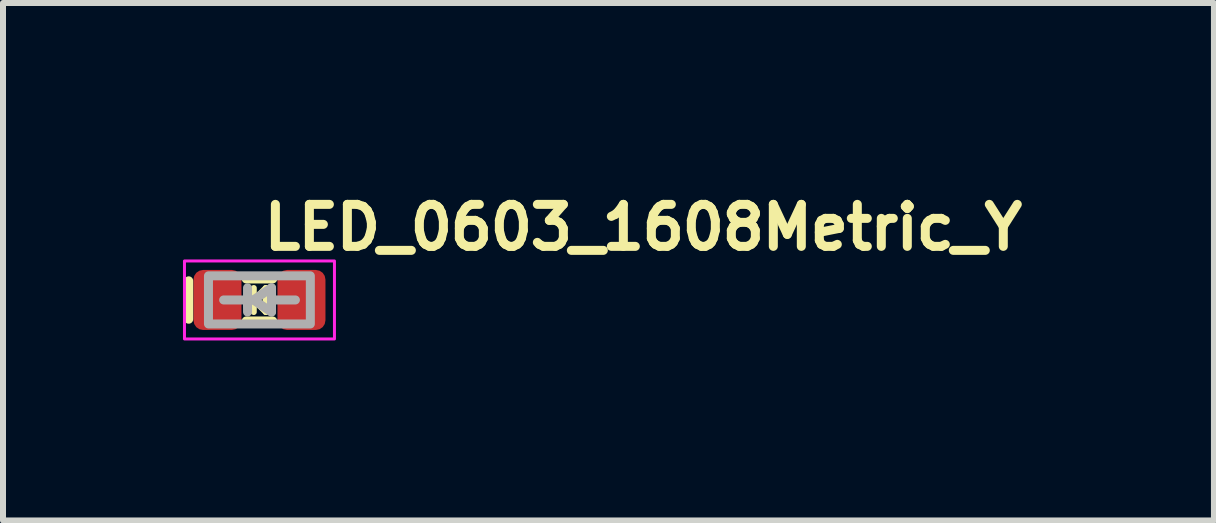
<source format=kicad_pcb>
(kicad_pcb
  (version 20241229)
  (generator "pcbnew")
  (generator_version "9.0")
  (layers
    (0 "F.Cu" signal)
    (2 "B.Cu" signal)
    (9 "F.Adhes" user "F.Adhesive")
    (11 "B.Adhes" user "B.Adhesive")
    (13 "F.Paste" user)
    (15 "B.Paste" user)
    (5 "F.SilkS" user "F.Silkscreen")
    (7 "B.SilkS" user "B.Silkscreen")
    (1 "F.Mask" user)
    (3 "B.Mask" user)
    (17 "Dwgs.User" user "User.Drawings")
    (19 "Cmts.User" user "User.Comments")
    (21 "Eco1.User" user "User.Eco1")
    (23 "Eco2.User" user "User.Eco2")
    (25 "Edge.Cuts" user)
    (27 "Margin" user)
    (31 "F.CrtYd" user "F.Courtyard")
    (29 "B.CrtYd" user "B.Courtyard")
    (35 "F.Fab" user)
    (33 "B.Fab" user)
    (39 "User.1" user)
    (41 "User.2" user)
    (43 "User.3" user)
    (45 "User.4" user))
  (footprint "LED_0603_1608Metric_Y"
    (layer "F.Cu")
    (at 1.275 1.95)
    (property "Reference" "LED_0603_1608Metric_Y" (at 0 -0.8 0) (layer "F.SilkS") (effects (font (size 0.7 0.7) (thickness 0.15)) (justify left bottom)))
    (attr smd)
    (fp_line (start -1.18 -0.319) (end -1.18 0.321) (stroke (width 0.15) (type solid)) (layer "F.SilkS"))
    (fp_line (start -0.095 0.001) (end -0.24 0.001) (stroke (width 0.1) (type solid)) (layer "F.SilkS"))
    (fp_line (start -0.095 0.001) (end 0.105 -0.199) (stroke (width 0.1) (type solid)) (layer "F.SilkS"))
    (fp_line (start -0.095 0.201) (end -0.095 -0.199) (stroke (width 0.1) (type solid)) (layer "F.SilkS"))
    (fp_line (start 0.105 0.001) (end 0.24 0.001) (stroke (width 0.1) (type solid)) (layer "F.SilkS"))
    (fp_line (start 0.105 0.201) (end -0.095 0.001) (stroke (width 0.1) (type solid)) (layer "F.SilkS"))
    (fp_line (start 0.105 0.201) (end 0.105 -0.199) (stroke (width 0.1) (type solid)) (layer "F.SilkS"))
    (fp_line (start 0.22 -0.35) (end -0.22 -0.35) (stroke (width 0.15) (type solid)) (layer "F.SilkS"))
    (fp_line (start 0.22 0.35) (end -0.22 0.35) (stroke (width 0.15) (type solid)) (layer "F.SilkS"))
    (fp_rect (start 1.25 0.65) (end -1.25 -0.65) (stroke (width 0.05) (type solid)) (fill no) (layer "F.CrtYd"))
    (fp_line (start -0.199 -0.202) (end -0.199 0.1) (stroke (width 0.15) (type solid)) (layer "F.Fab"))
    (fp_line (start -0.199 0) (end -0.597 0) (stroke (width 0.15) (type solid)) (layer "F.Fab"))
    (fp_line (start -0.199 0.2) (end -0.199 0.1) (stroke (width 0.15) (type solid)) (layer "F.Fab"))
    (fp_line (start -0.101 0) (end 0.201 0.2) (stroke (width 0.15) (type solid)) (layer "F.Fab"))
    (fp_line (start 0.201 -0.202) (end -0.101 0) (stroke (width 0.15) (type solid)) (layer "F.Fab"))
    (fp_line (start 0.201 0) (end 0.201 -0.202) (stroke (width 0.15) (type solid)) (layer "F.Fab"))
    (fp_line (start 0.201 0.2) (end 0.201 0) (stroke (width 0.15) (type solid)) (layer "F.Fab"))
    (fp_line (start 0.599 0) (end 0.201 0) (stroke (width 0.15) (type solid)) (layer "F.Fab"))
    (fp_rect (start 0.848 0.4) (end -0.85 -0.402) (stroke (width 0.15) (type solid)) (fill no) (layer "F.Fab"))
    (fp_rect (start -0.81 -0.4) (end 0.81 0.4) (stroke (width 0.1) (type solid)) (fill no) (layer "User.5"))
    (fp_line (start -0.812 -0.342) (end -0.812 -0.15) (stroke (width 0.02) (type solid)) (layer "User.9"))
    (fp_line (start -0.812 -0.15) (end -0.801 -0.151) (stroke (width 0.02) (type solid)) (layer "User.9"))
    (fp_line (start -0.812 0.148) (end -0.812 0.34) (stroke (width 0.02) (type solid)) (layer "User.9"))
    (fp_line (start -0.812 0.34) (end -0.58 0.34) (stroke (width 0.02) (type solid)) (layer "User.9"))
    (fp_line (start -0.806 0.148) (end -0.812 0.148) (stroke (width 0.02) (type solid)) (layer "User.9"))
    (fp_line (start -0.802 -0.402) (end -0.802 -0.342) (stroke (width 0.02) (type solid)) (layer "User.9"))
    (fp_line (start -0.802 0.34) (end -0.802 0.4) (stroke (width 0.02) (type solid)) (layer "User.9"))
    (fp_line (start -0.802 0.4) (end 0.8 0.4) (stroke (width 0.02) (type solid)) (layer "User.9"))
    (fp_line (start -0.801 -0.151) (end -0.791 -0.15) (stroke (width 0.02) (type solid)) (layer "User.9"))
    (fp_line (start -0.801 0.149) (end -0.806 0.148) (stroke (width 0.02) (type solid)) (layer "User.9"))
    (fp_line (start -0.796 0.148) (end -0.801 0.149) (stroke (width 0.02) (type solid)) (layer "User.9"))
    (fp_line (start -0.791 -0.15) (end -0.78 -0.149) (stroke (width 0.02) (type solid)) (layer "User.9"))
    (fp_line (start -0.791 0.148) (end -0.796 0.148) (stroke (width 0.02) (type solid)) (layer "User.9"))
    (fp_line (start -0.786 0.148) (end -0.791 0.148) (stroke (width 0.02) (type solid)) (layer "User.9"))
    (fp_line (start -0.782 -0.392) (end -0.782 -0.342) (stroke (width 0.02) (type solid)) (layer "User.9"))
    (fp_line (start -0.782 0.34) (end -0.782 0.39) (stroke (width 0.02) (type solid)) (layer "User.9"))
    (fp_line (start -0.782 0.39) (end -0.5 0.39) (stroke (width 0.02) (type solid)) (layer "User.9"))
    (fp_line (start -0.78 -0.149) (end -0.77 -0.147) (stroke (width 0.02) (type solid)) (layer "User.9"))
    (fp_line (start -0.78 0.147) (end -0.786 0.148) (stroke (width 0.02) (type solid)) (layer "User.9"))
    (fp_line (start -0.775 0.146) (end -0.78 0.147) (stroke (width 0.02) (type solid)) (layer "User.9"))
    (fp_line (start -0.77 -0.147) (end -0.76 -0.145) (stroke (width 0.02) (type solid)) (layer "User.9"))
    (fp_line (start -0.77 0.145) (end -0.775 0.146) (stroke (width 0.02) (type solid)) (layer "User.9"))
    (fp_line (start -0.764 0.144) (end -0.77 0.145) (stroke (width 0.02) (type solid)) (layer "User.9"))
    (fp_line (start -0.76 -0.145) (end -0.75 -0.143) (stroke (width 0.02) (type solid)) (layer "User.9"))
    (fp_line (start -0.76 0.144) (end -0.764 0.144) (stroke (width 0.02) (type solid)) (layer "User.9"))
    (fp_line (start -0.755 0.142) (end -0.76 0.144) (stroke (width 0.02) (type solid)) (layer "User.9"))
    (fp_line (start -0.75 -0.143) (end -0.74 -0.139) (stroke (width 0.02) (type solid)) (layer "User.9"))
    (fp_line (start -0.75 0.141) (end -0.755 0.142) (stroke (width 0.02) (type solid)) (layer "User.9"))
    (fp_line (start -0.745 0.139) (end -0.75 0.141) (stroke (width 0.02) (type solid)) (layer "User.9"))
    (fp_line (start -0.74 -0.139) (end -0.731 -0.135) (stroke (width 0.02) (type solid)) (layer "User.9"))
    (fp_line (start -0.74 0.137) (end -0.745 0.139) (stroke (width 0.02) (type solid)) (layer "User.9"))
    (fp_line (start -0.736 0.135) (end -0.74 0.137) (stroke (width 0.02) (type solid)) (layer "User.9"))
    (fp_line (start -0.731 -0.135) (end -0.723 -0.13) (stroke (width 0.02) (type solid)) (layer "User.9"))
    (fp_line (start -0.731 0.133) (end -0.736 0.135) (stroke (width 0.02) (type solid)) (layer "User.9"))
    (fp_line (start -0.727 0.13) (end -0.731 0.133) (stroke (width 0.02) (type solid)) (layer "User.9"))
    (fp_line (start -0.723 -0.13) (end -0.714 -0.123) (stroke (width 0.02) (type solid)) (layer "User.9"))
    (fp_line (start -0.723 0.128) (end -0.727 0.13) (stroke (width 0.02) (type solid)) (layer "User.9"))
    (fp_line (start -0.718 0.124) (end -0.723 0.128) (stroke (width 0.02) (type solid)) (layer "User.9"))
    (fp_line (start -0.714 -0.123) (end -0.706 -0.118) (stroke (width 0.02) (type solid)) (layer "User.9"))
    (fp_line (start -0.714 0.121) (end -0.718 0.124) (stroke (width 0.02) (type solid)) (layer "User.9"))
    (fp_line (start -0.71 0.119) (end -0.714 0.121) (stroke (width 0.02) (type solid)) (layer "User.9"))
    (fp_line (start -0.706 -0.118) (end -0.699 -0.11) (stroke (width 0.02) (type solid)) (layer "User.9"))
    (fp_line (start -0.706 0.116) (end -0.71 0.119) (stroke (width 0.02) (type solid)) (layer "User.9"))
    (fp_line (start -0.703 0.113) (end -0.706 0.116) (stroke (width 0.02) (type solid)) (layer "User.9"))
    (fp_line (start -0.699 -0.11) (end -0.692 -0.104) (stroke (width 0.02) (type solid)) (layer "User.9"))
    (fp_line (start -0.699 0.108) (end -0.703 0.113) (stroke (width 0.02) (type solid)) (layer "User.9"))
    (fp_line (start -0.696 0.105) (end -0.699 0.108) (stroke (width 0.02) (type solid)) (layer "User.9"))
    (fp_line (start -0.692 -0.104) (end -0.685 -0.095) (stroke (width 0.02) (type solid)) (layer "User.9"))
    (fp_line (start -0.692 0.102) (end -0.696 0.105) (stroke (width 0.02) (type solid)) (layer "User.9"))
    (fp_line (start -0.689 0.098) (end -0.692 0.102) (stroke (width 0.02) (type solid)) (layer "User.9"))
    (fp_line (start -0.685 -0.095) (end -0.679 -0.088) (stroke (width 0.02) (type solid)) (layer "User.9"))
    (fp_line (start -0.685 0.093) (end -0.689 0.098) (stroke (width 0.02) (type solid)) (layer "User.9"))
    (fp_line (start -0.682 0.089) (end -0.685 0.093) (stroke (width 0.02) (type solid)) (layer "User.9"))
    (fp_line (start -0.679 -0.088) (end -0.673 -0.078) (stroke (width 0.02) (type solid)) (layer "User.9"))
    (fp_line (start -0.679 0.086) (end -0.682 0.089) (stroke (width 0.02) (type solid)) (layer "User.9"))
    (fp_line (start -0.676 0.082) (end -0.679 0.086) (stroke (width 0.02) (type solid)) (layer "User.9"))
    (fp_line (start -0.673 -0.078) (end -0.673 -0.078) (stroke (width 0.02) (type solid)) (layer "User.9"))
    (fp_line (start -0.673 -0.078) (end -0.668 -0.07) (stroke (width 0.02) (type solid)) (layer "User.9"))
    (fp_line (start -0.673 0.076) (end -0.676 0.082) (stroke (width 0.02) (type solid)) (layer "User.9"))
    (fp_line (start -0.673 0.076) (end -0.673 0.076) (stroke (width 0.02) (type solid)) (layer "User.9"))
    (fp_line (start -0.668 -0.07) (end -0.664 -0.06) (stroke (width 0.02) (type solid)) (layer "User.9"))
    (fp_line (start -0.668 0.068) (end -0.673 0.076) (stroke (width 0.02) (type solid)) (layer "User.9"))
    (fp_line (start -0.664 -0.06) (end -0.66 -0.051) (stroke (width 0.02) (type solid)) (layer "User.9"))
    (fp_line (start -0.664 0.059) (end -0.668 0.068) (stroke (width 0.02) (type solid)) (layer "User.9"))
    (fp_line (start -0.66 -0.051) (end -0.657 -0.042) (stroke (width 0.02) (type solid)) (layer "User.9"))
    (fp_line (start -0.66 0.049) (end -0.664 0.059) (stroke (width 0.02) (type solid)) (layer "User.9"))
    (fp_line (start -0.657 -0.042) (end -0.655 -0.031) (stroke (width 0.02) (type solid)) (layer "User.9"))
    (fp_line (start -0.657 0.04) (end -0.66 0.049) (stroke (width 0.02) (type solid)) (layer "User.9"))
    (fp_line (start -0.655 -0.031) (end -0.653 -0.022) (stroke (width 0.02) (type solid)) (layer "User.9"))
    (fp_line (start -0.655 0.029) (end -0.657 0.04) (stroke (width 0.02) (type solid)) (layer "User.9"))
    (fp_line (start -0.653 -0.022) (end -0.652 -0.011) (stroke (width 0.02) (type solid)) (layer "User.9"))
    (fp_line (start -0.653 0.02) (end -0.655 0.029) (stroke (width 0.02) (type solid)) (layer "User.9"))
    (fp_line (start -0.652 -0.011) (end -0.651 0) (stroke (width 0.02) (type solid)) (layer "User.9"))
    (fp_line (start -0.652 0.01) (end -0.653 0.02) (stroke (width 0.02) (type solid)) (layer "User.9"))
    (fp_line (start -0.651 0) (end -0.652 0.01) (stroke (width 0.02) (type solid)) (layer "User.9"))
    (fp_line (start -0.6 -0.308) (end -0.599 -0.311) (stroke (width 0.02) (type solid)) (layer "User.9"))
    (fp_line (start -0.6 -0.306) (end -0.6 -0.308) (stroke (width 0.02) (type solid)) (layer "User.9"))
    (fp_line (start -0.6 -0.303) (end -0.6 -0.306) (stroke (width 0.02) (type solid)) (layer "User.9"))
    (fp_line (start -0.6 -0.3) (end -0.6 -0.303) (stroke (width 0.02) (type solid)) (layer "User.9"))
    (fp_line (start -0.6 -0.3) (end -0.6 0.298) (stroke (width 0.02) (type solid)) (layer "User.9"))
    (fp_line (start -0.6 0.301) (end -0.6 0.298) (stroke (width 0.02) (type solid)) (layer "User.9"))
    (fp_line (start -0.6 0.304) (end -0.6 0.301) (stroke (width 0.02) (type solid)) (layer "User.9"))
    (fp_line (start -0.6 0.306) (end -0.6 0.304) (stroke (width 0.02) (type solid)) (layer "User.9"))
    (fp_line (start -0.599 -0.313) (end -0.598 -0.315) (stroke (width 0.02) (type solid)) (layer "User.9"))
    (fp_line (start -0.599 -0.311) (end -0.599 -0.313) (stroke (width 0.02) (type solid)) (layer "User.9"))
    (fp_line (start -0.599 0.309) (end -0.6 0.306) (stroke (width 0.02) (type solid)) (layer "User.9"))
    (fp_line (start -0.599 0.311) (end -0.599 0.309) (stroke (width 0.02) (type solid)) (layer "User.9"))
    (fp_line (start -0.598 -0.315) (end -0.597 -0.318) (stroke (width 0.02) (type solid)) (layer "User.9"))
    (fp_line (start -0.598 0.313) (end -0.599 0.311) (stroke (width 0.02) (type solid)) (layer "User.9"))
    (fp_line (start -0.597 -0.32) (end -0.596 -0.323) (stroke (width 0.02) (type solid)) (layer "User.9"))
    (fp_line (start -0.597 -0.318) (end -0.597 -0.32) (stroke (width 0.02) (type solid)) (layer "User.9"))
    (fp_line (start -0.597 0.316) (end -0.598 0.313) (stroke (width 0.02) (type solid)) (layer "User.9"))
    (fp_line (start -0.597 0.318) (end -0.597 0.316) (stroke (width 0.02) (type solid)) (layer "User.9"))
    (fp_line (start -0.596 -0.323) (end -0.594 -0.325) (stroke (width 0.02) (type solid)) (layer "User.9"))
    (fp_line (start -0.596 0.321) (end -0.597 0.318) (stroke (width 0.02) (type solid)) (layer "User.9"))
    (fp_line (start -0.594 -0.325) (end -0.593 -0.327) (stroke (width 0.02) (type solid)) (layer "User.9"))
    (fp_line (start -0.594 0.323) (end -0.596 0.321) (stroke (width 0.02) (type solid)) (layer "User.9"))
    (fp_line (start -0.593 -0.327) (end -0.592 -0.329) (stroke (width 0.02) (type solid)) (layer "User.9"))
    (fp_line (start -0.593 0.325) (end -0.594 0.323) (stroke (width 0.02) (type solid)) (layer "User.9"))
    (fp_line (start -0.592 -0.329) (end -0.591 -0.331) (stroke (width 0.02) (type solid)) (layer "User.9"))
    (fp_line (start -0.592 0.327) (end -0.593 0.325) (stroke (width 0.02) (type solid)) (layer "User.9"))
    (fp_line (start -0.591 -0.331) (end -0.589 -0.333) (stroke (width 0.02) (type solid)) (layer "User.9"))
    (fp_line (start -0.591 0.329) (end -0.592 0.327) (stroke (width 0.02) (type solid)) (layer "User.9"))
    (fp_line (start -0.589 -0.333) (end -0.588 -0.335) (stroke (width 0.02) (type solid)) (layer "User.9"))
    (fp_line (start -0.589 0.331) (end -0.591 0.329) (stroke (width 0.02) (type solid)) (layer "User.9"))
    (fp_line (start -0.588 -0.335) (end -0.586 -0.337) (stroke (width 0.02) (type solid)) (layer "User.9"))
    (fp_line (start -0.588 0.333) (end -0.589 0.331) (stroke (width 0.02) (type solid)) (layer "User.9"))
    (fp_line (start -0.586 -0.337) (end -0.584 -0.339) (stroke (width 0.02) (type solid)) (layer "User.9"))
    (fp_line (start -0.586 0.335) (end -0.588 0.333) (stroke (width 0.02) (type solid)) (layer "User.9"))
    (fp_line (start -0.584 -0.339) (end -0.582 -0.34) (stroke (width 0.02) (type solid)) (layer "User.9"))
    (fp_line (start -0.584 0.337) (end -0.586 0.335) (stroke (width 0.02) (type solid)) (layer "User.9"))
    (fp_line (start -0.582 -0.34) (end -0.58 -0.342) (stroke (width 0.02) (type solid)) (layer "User.9"))
    (fp_line (start -0.582 0.338) (end -0.584 0.337) (stroke (width 0.02) (type solid)) (layer "User.9"))
    (fp_line (start -0.58 -0.342) (end -0.812 -0.342) (stroke (width 0.02) (type solid)) (layer "User.9"))
    (fp_line (start -0.58 -0.342) (end -0.578 -0.343) (stroke (width 0.02) (type solid)) (layer "User.9"))
    (fp_line (start -0.58 0.34) (end -0.582 0.338) (stroke (width 0.02) (type solid)) (layer "User.9"))
    (fp_line (start -0.578 -0.343) (end -0.577 -0.344) (stroke (width 0.02) (type solid)) (layer "User.9"))
    (fp_line (start -0.578 0.341) (end -0.58 0.34) (stroke (width 0.02) (type solid)) (layer "User.9"))
    (fp_line (start -0.577 -0.344) (end -0.575 -0.345) (stroke (width 0.02) (type solid)) (layer "User.9"))
    (fp_line (start -0.577 0.342) (end -0.578 0.341) (stroke (width 0.02) (type solid)) (layer "User.9"))
    (fp_line (start -0.575 -0.345) (end -0.573 -0.347) (stroke (width 0.02) (type solid)) (layer "User.9"))
    (fp_line (start -0.575 0.343) (end -0.577 0.342) (stroke (width 0.02) (type solid)) (layer "User.9"))
    (fp_line (start -0.573 -0.347) (end -0.571 -0.348) (stroke (width 0.02) (type solid)) (layer "User.9"))
    (fp_line (start -0.573 0.345) (end -0.575 0.343) (stroke (width 0.02) (type solid)) (layer "User.9"))
    (fp_line (start -0.571 -0.348) (end -0.569 -0.348) (stroke (width 0.02) (type solid)) (layer "User.9"))
    (fp_line (start -0.571 0.346) (end -0.573 0.345) (stroke (width 0.02) (type solid)) (layer "User.9"))
    (fp_line (start -0.569 -0.348) (end -0.566 -0.349) (stroke (width 0.02) (type solid)) (layer "User.9"))
    (fp_line (start -0.569 0.346) (end -0.571 0.346) (stroke (width 0.02) (type solid)) (layer "User.9"))
    (fp_line (start -0.566 -0.349) (end -0.564 -0.35) (stroke (width 0.02) (type solid)) (layer "User.9"))
    (fp_line (start -0.566 0.347) (end -0.569 0.346) (stroke (width 0.02) (type solid)) (layer "User.9"))
    (fp_line (start -0.564 -0.35) (end -0.562 -0.35) (stroke (width 0.02) (type solid)) (layer "User.9"))
    (fp_line (start -0.564 0.348) (end -0.566 0.347) (stroke (width 0.02) (type solid)) (layer "User.9"))
    (fp_line (start -0.562 -0.35) (end -0.559 -0.351) (stroke (width 0.02) (type solid)) (layer "User.9"))
    (fp_line (start -0.562 0.348) (end -0.564 0.348) (stroke (width 0.02) (type solid)) (layer "User.9"))
    (fp_line (start -0.559 -0.351) (end -0.557 -0.351) (stroke (width 0.02) (type solid)) (layer "User.9"))
    (fp_line (start -0.559 0.349) (end -0.562 0.348) (stroke (width 0.02) (type solid)) (layer "User.9"))
    (fp_line (start -0.557 -0.351) (end -0.554 -0.351) (stroke (width 0.02) (type solid)) (layer "User.9"))
    (fp_line (start -0.557 0.349) (end -0.559 0.349) (stroke (width 0.02) (type solid)) (layer "User.9"))
    (fp_line (start -0.554 -0.351) (end -0.552 -0.351) (stroke (width 0.02) (type solid)) (layer "User.9"))
    (fp_line (start -0.554 0.349) (end -0.557 0.349) (stroke (width 0.02) (type solid)) (layer "User.9"))
    (fp_line (start -0.552 0.349) (end -0.554 0.349) (stroke (width 0.02) (type solid)) (layer "User.9"))
    (fp_line (start -0.552 0.349) (end 0.55 0.349) (stroke (width 0.02) (type solid)) (layer "User.9"))
    (fp_line (start -0.5 -0.392) (end -0.782 -0.392) (stroke (width 0.02) (type solid)) (layer "User.9"))
    (fp_line (start -0.5 -0.351) (end -0.5 -0.392) (stroke (width 0.02) (type solid)) (layer "User.9"))
    (fp_line (start -0.5 0.39) (end -0.5 0.349) (stroke (width 0.02) (type solid)) (layer "User.9"))
    (fp_line (start 0.55 -0.351) (end -0.552 -0.351) (stroke (width 0.02) (type solid)) (layer "User.9"))
    (fp_line (start 0.55 -0.351) (end 0.552 -0.351) (stroke (width 0.02) (type solid)) (layer "User.9"))
    (fp_line (start 0.552 -0.351) (end 0.555 -0.351) (stroke (width 0.02) (type solid)) (layer "User.9"))
    (fp_line (start 0.552 0.349) (end 0.55 0.349) (stroke (width 0.02) (type solid)) (layer "User.9"))
    (fp_line (start 0.555 -0.351) (end 0.557 -0.351) (stroke (width 0.02) (type solid)) (layer "User.9"))
    (fp_line (start 0.555 0.349) (end 0.552 0.349) (stroke (width 0.02) (type solid)) (layer "User.9"))
    (fp_line (start 0.557 -0.351) (end 0.56 -0.35) (stroke (width 0.02) (type solid)) (layer "User.9"))
    (fp_line (start 0.557 0.349) (end 0.555 0.349) (stroke (width 0.02) (type solid)) (layer "User.9"))
    (fp_line (start 0.56 -0.35) (end 0.562 -0.35) (stroke (width 0.02) (type solid)) (layer "User.9"))
    (fp_line (start 0.56 0.348) (end 0.557 0.349) (stroke (width 0.02) (type solid)) (layer "User.9"))
    (fp_line (start 0.562 -0.35) (end 0.564 -0.349) (stroke (width 0.02) (type solid)) (layer "User.9"))
    (fp_line (start 0.562 0.348) (end 0.56 0.348) (stroke (width 0.02) (type solid)) (layer "User.9"))
    (fp_line (start 0.564 -0.349) (end 0.567 -0.348) (stroke (width 0.02) (type solid)) (layer "User.9"))
    (fp_line (start 0.564 0.347) (end 0.562 0.348) (stroke (width 0.02) (type solid)) (layer "User.9"))
    (fp_line (start 0.567 -0.348) (end 0.569 -0.348) (stroke (width 0.02) (type solid)) (layer "User.9"))
    (fp_line (start 0.567 0.346) (end 0.564 0.347) (stroke (width 0.02) (type solid)) (layer "User.9"))
    (fp_line (start 0.569 -0.348) (end 0.571 -0.347) (stroke (width 0.02) (type solid)) (layer "User.9"))
    (fp_line (start 0.569 0.346) (end 0.567 0.346) (stroke (width 0.02) (type solid)) (layer "User.9"))
    (fp_line (start 0.571 -0.347) (end 0.573 -0.345) (stroke (width 0.02) (type solid)) (layer "User.9"))
    (fp_line (start 0.571 0.345) (end 0.569 0.346) (stroke (width 0.02) (type solid)) (layer "User.9"))
    (fp_line (start 0.573 -0.345) (end 0.575 -0.344) (stroke (width 0.02) (type solid)) (layer "User.9"))
    (fp_line (start 0.573 0.343) (end 0.571 0.345) (stroke (width 0.02) (type solid)) (layer "User.9"))
    (fp_line (start 0.575 -0.344) (end 0.576 -0.343) (stroke (width 0.02) (type solid)) (layer "User.9"))
    (fp_line (start 0.575 0.342) (end 0.573 0.343) (stroke (width 0.02) (type solid)) (layer "User.9"))
    (fp_line (start 0.576 -0.343) (end 0.578 -0.342) (stroke (width 0.02) (type solid)) (layer "User.9"))
    (fp_line (start 0.576 0.341) (end 0.575 0.342) (stroke (width 0.02) (type solid)) (layer "User.9"))
    (fp_line (start 0.578 -0.342) (end 0.58 -0.34) (stroke (width 0.02) (type solid)) (layer "User.9"))
    (fp_line (start 0.578 0.34) (end 0.576 0.341) (stroke (width 0.02) (type solid)) (layer "User.9"))
    (fp_line (start 0.578 0.34) (end 0.81 0.34) (stroke (width 0.02) (type solid)) (layer "User.9"))
    (fp_line (start 0.58 -0.34) (end 0.582 -0.339) (stroke (width 0.02) (type solid)) (layer "User.9"))
    (fp_line (start 0.58 0.338) (end 0.578 0.34) (stroke (width 0.02) (type solid)) (layer "User.9"))
    (fp_line (start 0.582 -0.339) (end 0.584 -0.337) (stroke (width 0.02) (type solid)) (layer "User.9"))
    (fp_line (start 0.582 0.337) (end 0.58 0.338) (stroke (width 0.02) (type solid)) (layer "User.9"))
    (fp_line (start 0.584 -0.337) (end 0.586 -0.335) (stroke (width 0.02) (type solid)) (layer "User.9"))
    (fp_line (start 0.584 0.335) (end 0.582 0.337) (stroke (width 0.02) (type solid)) (layer "User.9"))
    (fp_line (start 0.586 -0.335) (end 0.587 -0.333) (stroke (width 0.02) (type solid)) (layer "User.9"))
    (fp_line (start 0.586 0.333) (end 0.584 0.335) (stroke (width 0.02) (type solid)) (layer "User.9"))
    (fp_line (start 0.587 -0.333) (end 0.589 -0.331) (stroke (width 0.02) (type solid)) (layer "User.9"))
    (fp_line (start 0.587 0.331) (end 0.586 0.333) (stroke (width 0.02) (type solid)) (layer "User.9"))
    (fp_line (start 0.589 -0.331) (end 0.59 -0.329) (stroke (width 0.02) (type solid)) (layer "User.9"))
    (fp_line (start 0.589 0.329) (end 0.587 0.331) (stroke (width 0.02) (type solid)) (layer "User.9"))
    (fp_line (start 0.59 -0.329) (end 0.591 -0.327) (stroke (width 0.02) (type solid)) (layer "User.9"))
    (fp_line (start 0.59 0.327) (end 0.589 0.329) (stroke (width 0.02) (type solid)) (layer "User.9"))
    (fp_line (start 0.591 -0.327) (end 0.592 -0.325) (stroke (width 0.02) (type solid)) (layer "User.9"))
    (fp_line (start 0.591 0.325) (end 0.59 0.327) (stroke (width 0.02) (type solid)) (layer "User.9"))
    (fp_line (start 0.592 -0.325) (end 0.594 -0.323) (stroke (width 0.02) (type solid)) (layer "User.9"))
    (fp_line (start 0.592 0.323) (end 0.591 0.325) (stroke (width 0.02) (type solid)) (layer "User.9"))
    (fp_line (start 0.594 -0.323) (end 0.595 -0.32) (stroke (width 0.02) (type solid)) (layer "User.9"))
    (fp_line (start 0.594 0.321) (end 0.592 0.323) (stroke (width 0.02) (type solid)) (layer "User.9"))
    (fp_line (start 0.595 -0.32) (end 0.595 -0.318) (stroke (width 0.02) (type solid)) (layer "User.9"))
    (fp_line (start 0.595 -0.318) (end 0.596 -0.315) (stroke (width 0.02) (type solid)) (layer "User.9"))
    (fp_line (start 0.595 0.316) (end 0.595 0.318) (stroke (width 0.02) (type solid)) (layer "User.9"))
    (fp_line (start 0.595 0.318) (end 0.594 0.321) (stroke (width 0.02) (type solid)) (layer "User.9"))
    (fp_line (start 0.596 -0.315) (end 0.597 -0.313) (stroke (width 0.02) (type solid)) (layer "User.9"))
    (fp_line (start 0.596 0.313) (end 0.595 0.316) (stroke (width 0.02) (type solid)) (layer "User.9"))
    (fp_line (start 0.597 -0.313) (end 0.597 -0.311) (stroke (width 0.02) (type solid)) (layer "User.9"))
    (fp_line (start 0.597 -0.311) (end 0.598 -0.308) (stroke (width 0.02) (type solid)) (layer "User.9"))
    (fp_line (start 0.597 0.309) (end 0.597 0.311) (stroke (width 0.02) (type solid)) (layer "User.9"))
    (fp_line (start 0.597 0.311) (end 0.596 0.313) (stroke (width 0.02) (type solid)) (layer "User.9"))
    (fp_line (start 0.598 -0.308) (end 0.598 -0.306) (stroke (width 0.02) (type solid)) (layer "User.9"))
    (fp_line (start 0.598 -0.306) (end 0.598 -0.303) (stroke (width 0.02) (type solid)) (layer "User.9"))
    (fp_line (start 0.598 -0.303) (end 0.598 -0.3) (stroke (width 0.02) (type solid)) (layer "User.9"))
    (fp_line (start 0.598 0.298) (end 0.598 -0.3) (stroke (width 0.02) (type solid)) (layer "User.9"))
    (fp_line (start 0.598 0.298) (end 0.598 0.301) (stroke (width 0.02) (type solid)) (layer "User.9"))
    (fp_line (start 0.598 0.301) (end 0.598 0.304) (stroke (width 0.02) (type solid)) (layer "User.9"))
    (fp_line (start 0.598 0.304) (end 0.598 0.306) (stroke (width 0.02) (type solid)) (layer "User.9"))
    (fp_line (start 0.598 0.306) (end 0.597 0.309) (stroke (width 0.02) (type solid)) (layer "User.9"))
    (fp_line (start 0.65 -0.016) (end 0.651 -0.024) (stroke (width 0.02) (type solid)) (layer "User.9"))
    (fp_line (start 0.65 -0.008) (end 0.65 -0.016) (stroke (width 0.02) (type solid)) (layer "User.9"))
    (fp_line (start 0.65 0) (end 0.65 -0.008) (stroke (width 0.02) (type solid)) (layer "User.9"))
    (fp_line (start 0.65 0.007) (end 0.65 0) (stroke (width 0.02) (type solid)) (layer "User.9"))
    (fp_line (start 0.65 0.014) (end 0.65 0.007) (stroke (width 0.02) (type solid)) (layer "User.9"))
    (fp_line (start 0.651 -0.024) (end 0.653 -0.031) (stroke (width 0.02) (type solid)) (layer "User.9"))
    (fp_line (start 0.651 0.022) (end 0.65 0.014) (stroke (width 0.02) (type solid)) (layer "User.9"))
    (fp_line (start 0.653 -0.031) (end 0.654 -0.039) (stroke (width 0.02) (type solid)) (layer "User.9"))
    (fp_line (start 0.653 0.029) (end 0.651 0.022) (stroke (width 0.02) (type solid)) (layer "User.9"))
    (fp_line (start 0.654 -0.039) (end 0.657 -0.046) (stroke (width 0.02) (type solid)) (layer "User.9"))
    (fp_line (start 0.654 0.037) (end 0.653 0.029) (stroke (width 0.02) (type solid)) (layer "User.9"))
    (fp_line (start 0.657 -0.046) (end 0.659 -0.053) (stroke (width 0.02) (type solid)) (layer "User.9"))
    (fp_line (start 0.657 0.044) (end 0.654 0.037) (stroke (width 0.02) (type solid)) (layer "User.9"))
    (fp_line (start 0.659 -0.053) (end 0.662 -0.06) (stroke (width 0.02) (type solid)) (layer "User.9"))
    (fp_line (start 0.659 0.052) (end 0.657 0.044) (stroke (width 0.02) (type solid)) (layer "User.9"))
    (fp_line (start 0.662 -0.06) (end 0.665 -0.068) (stroke (width 0.02) (type solid)) (layer "User.9"))
    (fp_line (start 0.662 0.059) (end 0.659 0.052) (stroke (width 0.02) (type solid)) (layer "User.9"))
    (fp_line (start 0.665 -0.068) (end 0.669 -0.074) (stroke (width 0.02) (type solid)) (layer "User.9"))
    (fp_line (start 0.665 0.066) (end 0.662 0.059) (stroke (width 0.02) (type solid)) (layer "User.9"))
    (fp_line (start 0.669 -0.074) (end 0.673 -0.08) (stroke (width 0.02) (type solid)) (layer "User.9"))
    (fp_line (start 0.669 0.072) (end 0.665 0.066) (stroke (width 0.02) (type solid)) (layer "User.9"))
    (fp_line (start 0.673 -0.08) (end 0.677 -0.088) (stroke (width 0.02) (type solid)) (layer "User.9"))
    (fp_line (start 0.673 0.078) (end 0.669 0.072) (stroke (width 0.02) (type solid)) (layer "User.9"))
    (fp_line (start 0.677 -0.088) (end 0.681 -0.093) (stroke (width 0.02) (type solid)) (layer "User.9"))
    (fp_line (start 0.677 0.086) (end 0.673 0.078) (stroke (width 0.02) (type solid)) (layer "User.9"))
    (fp_line (start 0.681 -0.093) (end 0.686 -0.1) (stroke (width 0.02) (type solid)) (layer "User.9"))
    (fp_line (start 0.681 0.091) (end 0.677 0.086) (stroke (width 0.02) (type solid)) (layer "User.9"))
    (fp_line (start 0.686 -0.1) (end 0.691 -0.105) (stroke (width 0.02) (type solid)) (layer "User.9"))
    (fp_line (start 0.686 0.098) (end 0.681 0.091) (stroke (width 0.02) (type solid)) (layer "User.9"))
    (fp_line (start 0.691 -0.105) (end 0.697 -0.11) (stroke (width 0.02) (type solid)) (layer "User.9"))
    (fp_line (start 0.691 0.104) (end 0.686 0.098) (stroke (width 0.02) (type solid)) (layer "User.9"))
    (fp_line (start 0.697 -0.11) (end 0.697 -0.11) (stroke (width 0.02) (type solid)) (layer "User.9"))
    (fp_line (start 0.697 -0.11) (end 0.703 -0.116) (stroke (width 0.02) (type solid)) (layer "User.9"))
    (fp_line (start 0.697 0.108) (end 0.691 0.104) (stroke (width 0.02) (type solid)) (layer "User.9"))
    (fp_line (start 0.697 0.108) (end 0.697 0.108) (stroke (width 0.02) (type solid)) (layer "User.9"))
    (fp_line (start 0.703 -0.116) (end 0.708 -0.12) (stroke (width 0.02) (type solid)) (layer "User.9"))
    (fp_line (start 0.703 0.114) (end 0.697 0.108) (stroke (width 0.02) (type solid)) (layer "User.9"))
    (fp_line (start 0.708 -0.12) (end 0.714 -0.125) (stroke (width 0.02) (type solid)) (layer "User.9"))
    (fp_line (start 0.708 0.119) (end 0.703 0.114) (stroke (width 0.02) (type solid)) (layer "User.9"))
    (fp_line (start 0.714 -0.125) (end 0.721 -0.13) (stroke (width 0.02) (type solid)) (layer "User.9"))
    (fp_line (start 0.714 0.123) (end 0.708 0.119) (stroke (width 0.02) (type solid)) (layer "User.9"))
    (fp_line (start 0.721 -0.13) (end 0.727 -0.133) (stroke (width 0.02) (type solid)) (layer "User.9"))
    (fp_line (start 0.721 0.128) (end 0.714 0.123) (stroke (width 0.02) (type solid)) (layer "User.9"))
    (fp_line (start 0.727 -0.133) (end 0.734 -0.137) (stroke (width 0.02) (type solid)) (layer "User.9"))
    (fp_line (start 0.727 0.131) (end 0.721 0.128) (stroke (width 0.02) (type solid)) (layer "User.9"))
    (fp_line (start 0.734 -0.137) (end 0.741 -0.14) (stroke (width 0.02) (type solid)) (layer "User.9"))
    (fp_line (start 0.734 0.135) (end 0.727 0.131) (stroke (width 0.02) (type solid)) (layer "User.9"))
    (fp_line (start 0.741 -0.14) (end 0.748 -0.143) (stroke (width 0.02) (type solid)) (layer "User.9"))
    (fp_line (start 0.741 0.138) (end 0.734 0.135) (stroke (width 0.02) (type solid)) (layer "User.9"))
    (fp_line (start 0.748 -0.143) (end 0.755 -0.145) (stroke (width 0.02) (type solid)) (layer "User.9"))
    (fp_line (start 0.748 0.141) (end 0.741 0.138) (stroke (width 0.02) (type solid)) (layer "User.9"))
    (fp_line (start 0.755 -0.145) (end 0.763 -0.146) (stroke (width 0.02) (type solid)) (layer "User.9"))
    (fp_line (start 0.755 0.143) (end 0.748 0.141) (stroke (width 0.02) (type solid)) (layer "User.9"))
    (fp_line (start 0.763 -0.146) (end 0.771 -0.148) (stroke (width 0.02) (type solid)) (layer "User.9"))
    (fp_line (start 0.763 0.144) (end 0.755 0.143) (stroke (width 0.02) (type solid)) (layer "User.9"))
    (fp_line (start 0.771 -0.148) (end 0.779 -0.149) (stroke (width 0.02) (type solid)) (layer "User.9"))
    (fp_line (start 0.771 0.146) (end 0.763 0.144) (stroke (width 0.02) (type solid)) (layer "User.9"))
    (fp_line (start 0.779 -0.149) (end 0.786 -0.15) (stroke (width 0.02) (type solid)) (layer "User.9"))
    (fp_line (start 0.779 0.147) (end 0.771 0.146) (stroke (width 0.02) (type solid)) (layer "User.9"))
    (fp_line (start 0.786 -0.15) (end 0.794 -0.15) (stroke (width 0.02) (type solid)) (layer "User.9"))
    (fp_line (start 0.786 0.148) (end 0.779 0.147) (stroke (width 0.02) (type solid)) (layer "User.9"))
    (fp_line (start 0.794 -0.15) (end 0.802 -0.15) (stroke (width 0.02) (type solid)) (layer "User.9"))
    (fp_line (start 0.794 0.148) (end 0.786 0.148) (stroke (width 0.02) (type solid)) (layer "User.9"))
    (fp_line (start 0.8 -0.402) (end -0.802 -0.402) (stroke (width 0.02) (type solid)) (layer "User.9"))
    (fp_line (start 0.8 -0.342) (end 0.8 -0.402) (stroke (width 0.02) (type solid)) (layer "User.9"))
    (fp_line (start 0.8 0.4) (end 0.8 0.34) (stroke (width 0.02) (type solid)) (layer "User.9"))
    (fp_line (start 0.802 -0.15) (end 0.81 -0.15) (stroke (width 0.02) (type solid)) (layer "User.9"))
    (fp_line (start 0.802 0.148) (end 0.794 0.148) (stroke (width 0.02) (type solid)) (layer "User.9"))
    (fp_line (start 0.81 -0.342) (end 0.578 -0.342) (stroke (width 0.02) (type solid)) (layer "User.9"))
    (fp_line (start 0.81 -0.15) (end 0.81 -0.342) (stroke (width 0.02) (type solid)) (layer "User.9"))
    (fp_line (start 0.81 0.148) (end 0.802 0.148) (stroke (width 0.02) (type solid)) (layer "User.9"))
    (fp_line (start 0.81 0.34) (end 0.81 0.148) (stroke (width 0.02) (type solid)) (layer "User.9"))
    (pad "1" smd roundrect (at -0.7 0 180) (size 0.8 1) (layers "F.Cu" "F.Mask" "F.Paste") (roundrect_rratio 0.2))
    (pad "2" smd roundrect (at 0.7 0 180) (size 0.8 1) (layers "F.Cu" "F.Mask" "F.Paste") (roundrect_rratio 0.2)))
  (gr_rect
    (start -3 -3)
    (end 17.185 5.625)
    (stroke (width 0.1) (type default))
    (fill no)
    (layer "Edge.Cuts")))
</source>
